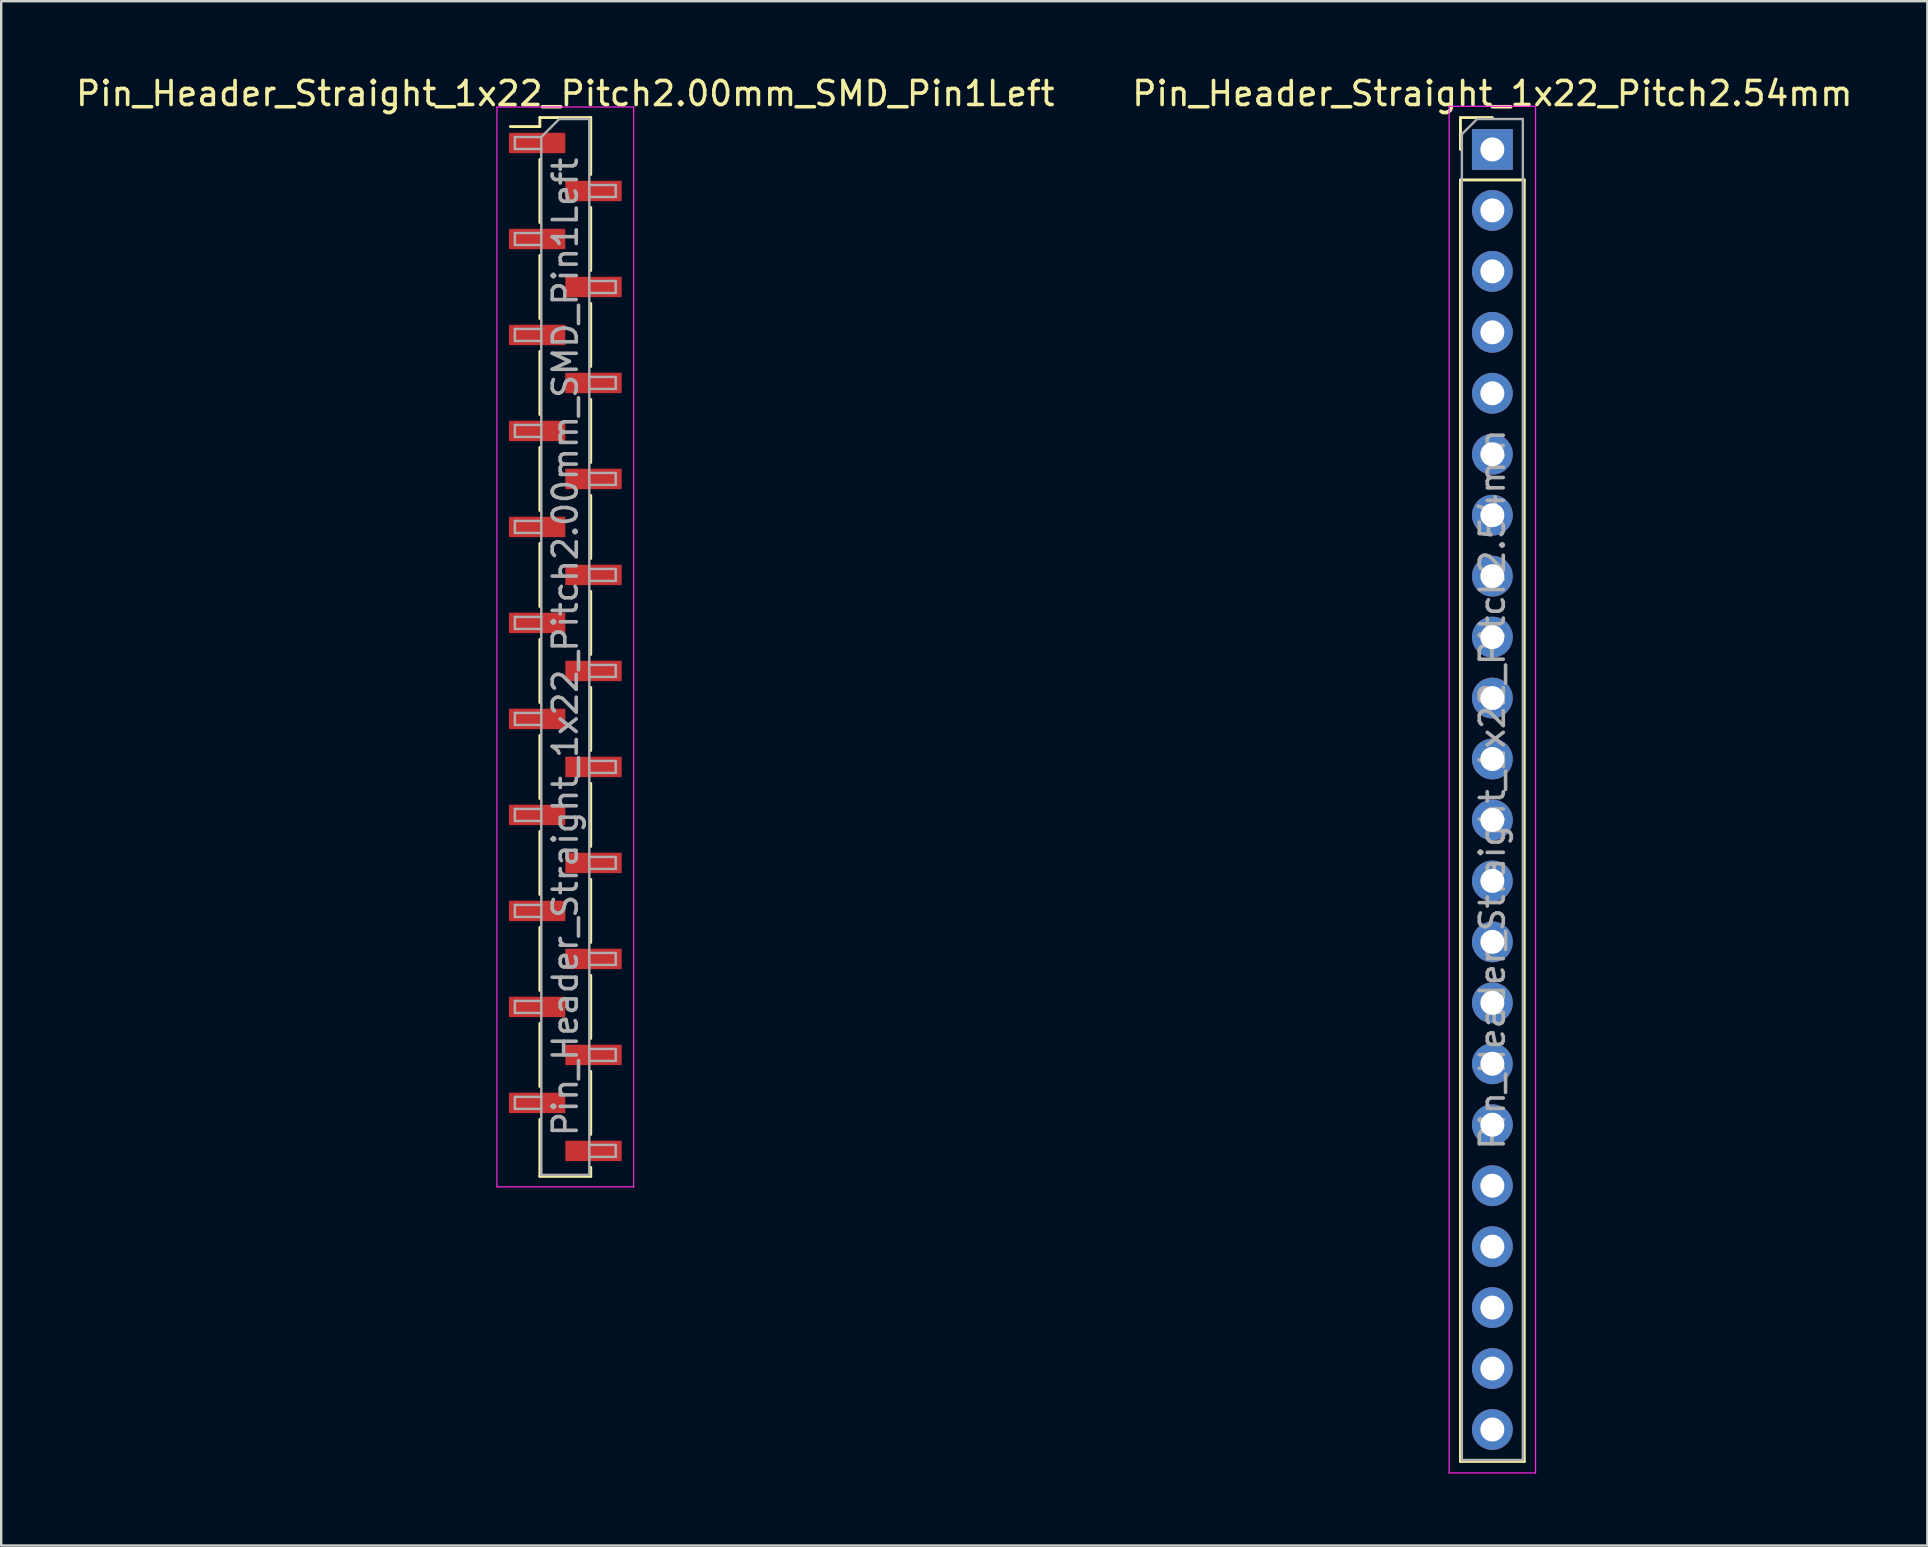
<source format=kicad_pcb>
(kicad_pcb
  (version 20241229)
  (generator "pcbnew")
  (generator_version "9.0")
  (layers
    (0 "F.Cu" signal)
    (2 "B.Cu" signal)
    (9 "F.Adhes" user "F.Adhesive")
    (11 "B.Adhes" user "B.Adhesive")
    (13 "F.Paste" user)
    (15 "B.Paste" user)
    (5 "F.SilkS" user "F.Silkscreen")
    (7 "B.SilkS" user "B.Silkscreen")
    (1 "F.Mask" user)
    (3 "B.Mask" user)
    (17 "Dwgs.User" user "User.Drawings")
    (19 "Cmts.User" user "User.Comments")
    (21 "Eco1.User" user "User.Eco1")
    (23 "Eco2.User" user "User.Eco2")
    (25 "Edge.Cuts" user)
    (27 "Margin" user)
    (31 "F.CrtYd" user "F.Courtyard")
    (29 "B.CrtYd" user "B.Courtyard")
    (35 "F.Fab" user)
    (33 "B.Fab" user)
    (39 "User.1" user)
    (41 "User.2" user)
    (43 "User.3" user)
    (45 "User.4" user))
  (footprint "Pin_Header_Straight_1x22_Pitch2.00mm_SMD_Pin1Left"
    (layer "F.Cu")
    (at 20.506 23.908)
    (property "Reference" "Pin_Header_Straight_1x22_Pitch2.00mm_SMD_Pin1Left" (at 0 -23.06 0) (layer "F.SilkS") (effects (font (size 1 1) (thickness 0.15))))
    (attr smd)
    (fp_line (start -1.06 -22.06) (end -1.06 -21.685) (stroke (width 0.12) (type solid)) (layer "F.SilkS"))
    (fp_line (start -1.06 -22.06) (end 1.06 -22.06) (stroke (width 0.12) (type solid)) (layer "F.SilkS"))
    (fp_line (start -1.06 -21.685) (end -2.29 -21.685) (stroke (width 0.12) (type solid)) (layer "F.SilkS"))
    (fp_line (start -1.06 -20.315) (end -1.06 -17.685) (stroke (width 0.12) (type solid)) (layer "F.SilkS"))
    (fp_line (start -1.06 -16.315) (end -1.06 -13.685) (stroke (width 0.12) (type solid)) (layer "F.SilkS"))
    (fp_line (start -1.06 -12.315) (end -1.06 -9.685) (stroke (width 0.12) (type solid)) (layer "F.SilkS"))
    (fp_line (start -1.06 -8.315) (end -1.06 -5.685) (stroke (width 0.12) (type solid)) (layer "F.SilkS"))
    (fp_line (start -1.06 -4.315) (end -1.06 -1.685) (stroke (width 0.12) (type solid)) (layer "F.SilkS"))
    (fp_line (start -1.06 -0.315) (end -1.06 2.315) (stroke (width 0.12) (type solid)) (layer "F.SilkS"))
    (fp_line (start -1.06 3.685) (end -1.06 6.315) (stroke (width 0.12) (type solid)) (layer "F.SilkS"))
    (fp_line (start -1.06 7.685) (end -1.06 10.315) (stroke (width 0.12) (type solid)) (layer "F.SilkS"))
    (fp_line (start -1.06 11.685) (end -1.06 14.315) (stroke (width 0.12) (type solid)) (layer "F.SilkS"))
    (fp_line (start -1.06 15.685) (end -1.06 18.315) (stroke (width 0.12) (type solid)) (layer "F.SilkS"))
    (fp_line (start -1.06 19.685) (end -1.06 22.06) (stroke (width 0.12) (type solid)) (layer "F.SilkS"))
    (fp_line (start -1.06 22.06) (end 1.06 22.06) (stroke (width 0.12) (type solid)) (layer "F.SilkS"))
    (fp_line (start 1.06 -22.06) (end 1.06 -19.685) (stroke (width 0.12) (type solid)) (layer "F.SilkS"))
    (fp_line (start 1.06 -18.315) (end 1.06 -15.685) (stroke (width 0.12) (type solid)) (layer "F.SilkS"))
    (fp_line (start 1.06 -14.315) (end 1.06 -11.685) (stroke (width 0.12) (type solid)) (layer "F.SilkS"))
    (fp_line (start 1.06 -10.315) (end 1.06 -7.685) (stroke (width 0.12) (type solid)) (layer "F.SilkS"))
    (fp_line (start 1.06 -6.315) (end 1.06 -3.685) (stroke (width 0.12) (type solid)) (layer "F.SilkS"))
    (fp_line (start 1.06 -2.315) (end 1.06 0.315) (stroke (width 0.12) (type solid)) (layer "F.SilkS"))
    (fp_line (start 1.06 1.685) (end 1.06 4.315) (stroke (width 0.12) (type solid)) (layer "F.SilkS"))
    (fp_line (start 1.06 5.685) (end 1.06 8.315) (stroke (width 0.12) (type solid)) (layer "F.SilkS"))
    (fp_line (start 1.06 9.685) (end 1.06 12.315) (stroke (width 0.12) (type solid)) (layer "F.SilkS"))
    (fp_line (start 1.06 13.685) (end 1.06 16.315) (stroke (width 0.12) (type solid)) (layer "F.SilkS"))
    (fp_line (start 1.06 17.685) (end 1.06 20.315) (stroke (width 0.12) (type solid)) (layer "F.SilkS"))
    (fp_line (start 1.06 21.685) (end 1.06 22.06) (stroke (width 0.12) (type solid)) (layer "F.SilkS"))
    (fp_line (start -2.85 -22.5) (end -2.85 22.5) (stroke (width 0.05) (type solid)) (layer "F.CrtYd"))
    (fp_line (start -2.85 22.5) (end 2.85 22.5) (stroke (width 0.05) (type solid)) (layer "F.CrtYd"))
    (fp_line (start 2.85 -22.5) (end -2.85 -22.5) (stroke (width 0.05) (type solid)) (layer "F.CrtYd"))
    (fp_line (start 2.85 22.5) (end 2.85 -22.5) (stroke (width 0.05) (type solid)) (layer "F.CrtYd"))
    (fp_line (start -2.1 -21.25) (end -2.1 -20.75) (stroke (width 0.1) (type solid)) (layer "F.Fab"))
    (fp_line (start -2.1 -20.75) (end -1 -20.75) (stroke (width 0.1) (type solid)) (layer "F.Fab"))
    (fp_line (start -2.1 -17.25) (end -2.1 -16.75) (stroke (width 0.1) (type solid)) (layer "F.Fab"))
    (fp_line (start -2.1 -16.75) (end -1 -16.75) (stroke (width 0.1) (type solid)) (layer "F.Fab"))
    (fp_line (start -2.1 -13.25) (end -2.1 -12.75) (stroke (width 0.1) (type solid)) (layer "F.Fab"))
    (fp_line (start -2.1 -12.75) (end -1 -12.75) (stroke (width 0.1) (type solid)) (layer "F.Fab"))
    (fp_line (start -2.1 -9.25) (end -2.1 -8.75) (stroke (width 0.1) (type solid)) (layer "F.Fab"))
    (fp_line (start -2.1 -8.75) (end -1 -8.75) (stroke (width 0.1) (type solid)) (layer "F.Fab"))
    (fp_line (start -2.1 -5.25) (end -2.1 -4.75) (stroke (width 0.1) (type solid)) (layer "F.Fab"))
    (fp_line (start -2.1 -4.75) (end -1 -4.75) (stroke (width 0.1) (type solid)) (layer "F.Fab"))
    (fp_line (start -2.1 -1.25) (end -2.1 -0.75) (stroke (width 0.1) (type solid)) (layer "F.Fab"))
    (fp_line (start -2.1 -0.75) (end -1 -0.75) (stroke (width 0.1) (type solid)) (layer "F.Fab"))
    (fp_line (start -2.1 2.75) (end -2.1 3.25) (stroke (width 0.1) (type solid)) (layer "F.Fab"))
    (fp_line (start -2.1 3.25) (end -1 3.25) (stroke (width 0.1) (type solid)) (layer "F.Fab"))
    (fp_line (start -2.1 6.75) (end -2.1 7.25) (stroke (width 0.1) (type solid)) (layer "F.Fab"))
    (fp_line (start -2.1 7.25) (end -1 7.25) (stroke (width 0.1) (type solid)) (layer "F.Fab"))
    (fp_line (start -2.1 10.75) (end -2.1 11.25) (stroke (width 0.1) (type solid)) (layer "F.Fab"))
    (fp_line (start -2.1 11.25) (end -1 11.25) (stroke (width 0.1) (type solid)) (layer "F.Fab"))
    (fp_line (start -2.1 14.75) (end -2.1 15.25) (stroke (width 0.1) (type solid)) (layer "F.Fab"))
    (fp_line (start -2.1 15.25) (end -1 15.25) (stroke (width 0.1) (type solid)) (layer "F.Fab"))
    (fp_line (start -2.1 18.75) (end -2.1 19.25) (stroke (width 0.1) (type solid)) (layer "F.Fab"))
    (fp_line (start -2.1 19.25) (end -1 19.25) (stroke (width 0.1) (type solid)) (layer "F.Fab"))
    (fp_line (start -1 -21.25) (end -2.1 -21.25) (stroke (width 0.1) (type solid)) (layer "F.Fab"))
    (fp_line (start -1 -21.25) (end -0.25 -22) (stroke (width 0.1) (type solid)) (layer "F.Fab"))
    (fp_line (start -1 -17.25) (end -2.1 -17.25) (stroke (width 0.1) (type solid)) (layer "F.Fab"))
    (fp_line (start -1 -13.25) (end -2.1 -13.25) (stroke (width 0.1) (type solid)) (layer "F.Fab"))
    (fp_line (start -1 -9.25) (end -2.1 -9.25) (stroke (width 0.1) (type solid)) (layer "F.Fab"))
    (fp_line (start -1 -5.25) (end -2.1 -5.25) (stroke (width 0.1) (type solid)) (layer "F.Fab"))
    (fp_line (start -1 -1.25) (end -2.1 -1.25) (stroke (width 0.1) (type solid)) (layer "F.Fab"))
    (fp_line (start -1 2.75) (end -2.1 2.75) (stroke (width 0.1) (type solid)) (layer "F.Fab"))
    (fp_line (start -1 6.75) (end -2.1 6.75) (stroke (width 0.1) (type solid)) (layer "F.Fab"))
    (fp_line (start -1 10.75) (end -2.1 10.75) (stroke (width 0.1) (type solid)) (layer "F.Fab"))
    (fp_line (start -1 14.75) (end -2.1 14.75) (stroke (width 0.1) (type solid)) (layer "F.Fab"))
    (fp_line (start -1 18.75) (end -2.1 18.75) (stroke (width 0.1) (type solid)) (layer "F.Fab"))
    (fp_line (start -1 22) (end -1 -21.25) (stroke (width 0.1) (type solid)) (layer "F.Fab"))
    (fp_line (start -0.25 -22) (end 1 -22) (stroke (width 0.1) (type solid)) (layer "F.Fab"))
    (fp_line (start 1 -22) (end 1 22) (stroke (width 0.1) (type solid)) (layer "F.Fab"))
    (fp_line (start 1 -19.25) (end 2.1 -19.25) (stroke (width 0.1) (type solid)) (layer "F.Fab"))
    (fp_line (start 1 -15.25) (end 2.1 -15.25) (stroke (width 0.1) (type solid)) (layer "F.Fab"))
    (fp_line (start 1 -11.25) (end 2.1 -11.25) (stroke (width 0.1) (type solid)) (layer "F.Fab"))
    (fp_line (start 1 -7.25) (end 2.1 -7.25) (stroke (width 0.1) (type solid)) (layer "F.Fab"))
    (fp_line (start 1 -3.25) (end 2.1 -3.25) (stroke (width 0.1) (type solid)) (layer "F.Fab"))
    (fp_line (start 1 0.75) (end 2.1 0.75) (stroke (width 0.1) (type solid)) (layer "F.Fab"))
    (fp_line (start 1 4.75) (end 2.1 4.75) (stroke (width 0.1) (type solid)) (layer "F.Fab"))
    (fp_line (start 1 8.75) (end 2.1 8.75) (stroke (width 0.1) (type solid)) (layer "F.Fab"))
    (fp_line (start 1 12.75) (end 2.1 12.75) (stroke (width 0.1) (type solid)) (layer "F.Fab"))
    (fp_line (start 1 16.75) (end 2.1 16.75) (stroke (width 0.1) (type solid)) (layer "F.Fab"))
    (fp_line (start 1 20.75) (end 2.1 20.75) (stroke (width 0.1) (type solid)) (layer "F.Fab"))
    (fp_line (start 1 22) (end -1 22) (stroke (width 0.1) (type solid)) (layer "F.Fab"))
    (fp_line (start 2.1 -19.25) (end 2.1 -18.75) (stroke (width 0.1) (type solid)) (layer "F.Fab"))
    (fp_line (start 2.1 -18.75) (end 1 -18.75) (stroke (width 0.1) (type solid)) (layer "F.Fab"))
    (fp_line (start 2.1 -15.25) (end 2.1 -14.75) (stroke (width 0.1) (type solid)) (layer "F.Fab"))
    (fp_line (start 2.1 -14.75) (end 1 -14.75) (stroke (width 0.1) (type solid)) (layer "F.Fab"))
    (fp_line (start 2.1 -11.25) (end 2.1 -10.75) (stroke (width 0.1) (type solid)) (layer "F.Fab"))
    (fp_line (start 2.1 -10.75) (end 1 -10.75) (stroke (width 0.1) (type solid)) (layer "F.Fab"))
    (fp_line (start 2.1 -7.25) (end 2.1 -6.75) (stroke (width 0.1) (type solid)) (layer "F.Fab"))
    (fp_line (start 2.1 -6.75) (end 1 -6.75) (stroke (width 0.1) (type solid)) (layer "F.Fab"))
    (fp_line (start 2.1 -3.25) (end 2.1 -2.75) (stroke (width 0.1) (type solid)) (layer "F.Fab"))
    (fp_line (start 2.1 -2.75) (end 1 -2.75) (stroke (width 0.1) (type solid)) (layer "F.Fab"))
    (fp_line (start 2.1 0.75) (end 2.1 1.25) (stroke (width 0.1) (type solid)) (layer "F.Fab"))
    (fp_line (start 2.1 1.25) (end 1 1.25) (stroke (width 0.1) (type solid)) (layer "F.Fab"))
    (fp_line (start 2.1 4.75) (end 2.1 5.25) (stroke (width 0.1) (type solid)) (layer "F.Fab"))
    (fp_line (start 2.1 5.25) (end 1 5.25) (stroke (width 0.1) (type solid)) (layer "F.Fab"))
    (fp_line (start 2.1 8.75) (end 2.1 9.25) (stroke (width 0.1) (type solid)) (layer "F.Fab"))
    (fp_line (start 2.1 9.25) (end 1 9.25) (stroke (width 0.1) (type solid)) (layer "F.Fab"))
    (fp_line (start 2.1 12.75) (end 2.1 13.25) (stroke (width 0.1) (type solid)) (layer "F.Fab"))
    (fp_line (start 2.1 13.25) (end 1 13.25) (stroke (width 0.1) (type solid)) (layer "F.Fab"))
    (fp_line (start 2.1 16.75) (end 2.1 17.25) (stroke (width 0.1) (type solid)) (layer "F.Fab"))
    (fp_line (start 2.1 17.25) (end 1 17.25) (stroke (width 0.1) (type solid)) (layer "F.Fab"))
    (fp_line (start 2.1 20.75) (end 2.1 21.25) (stroke (width 0.1) (type solid)) (layer "F.Fab"))
    (fp_line (start 2.1 21.25) (end 1 21.25) (stroke (width 0.1) (type solid)) (layer "F.Fab"))
    (fp_text user "${REFERENCE}" (at 0 0 90) (layer "F.Fab") (effects (font (size 1 1) (thickness 0.15))))
    (pad "1" smd rect (at -1.175 -21) (size 2.35 0.85) (layers "F.Cu" "F.Mask" "F.Paste"))
    (pad "2" smd rect (at 1.175 -19) (size 2.35 0.85) (layers "F.Cu" "F.Mask" "F.Paste"))
    (pad "3" smd rect (at -1.175 -17) (size 2.35 0.85) (layers "F.Cu" "F.Mask" "F.Paste"))
    (pad "4" smd rect (at 1.175 -15) (size 2.35 0.85) (layers "F.Cu" "F.Mask" "F.Paste"))
    (pad "5" smd rect (at -1.175 -13) (size 2.35 0.85) (layers "F.Cu" "F.Mask" "F.Paste"))
    (pad "6" smd rect (at 1.175 -11) (size 2.35 0.85) (layers "F.Cu" "F.Mask" "F.Paste"))
    (pad "7" smd rect (at -1.175 -9) (size 2.35 0.85) (layers "F.Cu" "F.Mask" "F.Paste"))
    (pad "8" smd rect (at 1.175 -7) (size 2.35 0.85) (layers "F.Cu" "F.Mask" "F.Paste"))
    (pad "9" smd rect (at -1.175 -5) (size 2.35 0.85) (layers "F.Cu" "F.Mask" "F.Paste"))
    (pad "10" smd rect (at 1.175 -3) (size 2.35 0.85) (layers "F.Cu" "F.Mask" "F.Paste"))
    (pad "11" smd rect (at -1.175 -1) (size 2.35 0.85) (layers "F.Cu" "F.Mask" "F.Paste"))
    (pad "12" smd rect (at 1.175 1) (size 2.35 0.85) (layers "F.Cu" "F.Mask" "F.Paste"))
    (pad "13" smd rect (at -1.175 3) (size 2.35 0.85) (layers "F.Cu" "F.Mask" "F.Paste"))
    (pad "14" smd rect (at 1.175 5) (size 2.35 0.85) (layers "F.Cu" "F.Mask" "F.Paste"))
    (pad "15" smd rect (at -1.175 7) (size 2.35 0.85) (layers "F.Cu" "F.Mask" "F.Paste"))
    (pad "16" smd rect (at 1.175 9) (size 2.35 0.85) (layers "F.Cu" "F.Mask" "F.Paste"))
    (pad "17" smd rect (at -1.175 11) (size 2.35 0.85) (layers "F.Cu" "F.Mask" "F.Paste"))
    (pad "18" smd rect (at 1.175 13) (size 2.35 0.85) (layers "F.Cu" "F.Mask" "F.Paste"))
    (pad "19" smd rect (at -1.175 15) (size 2.35 0.85) (layers "F.Cu" "F.Mask" "F.Paste"))
    (pad "20" smd rect (at 1.175 17) (size 2.35 0.85) (layers "F.Cu" "F.Mask" "F.Paste"))
    (pad "21" smd rect (at -1.175 19) (size 2.35 0.85) (layers "F.Cu" "F.Mask" "F.Paste"))
    (pad "22" smd rect (at 1.175 21) (size 2.35 0.85) (layers "F.Cu" "F.Mask" "F.Paste")))
  (footprint "Pin_Header_Straight_1x22_Pitch2.54mm"
    (layer "F.Cu")
    (at 59.137 3.178)
    (property "Reference" "Pin_Header_Straight_1x22_Pitch2.54mm" (at 0 -2.33 0) (layer "F.SilkS") (effects (font (size 1 1) (thickness 0.15))))
    (attr through_hole)
    (fp_line (start -1.33 -1.33) (end 0 -1.33) (stroke (width 0.12) (type solid)) (layer "F.SilkS"))
    (fp_line (start -1.33 0) (end -1.33 -1.33) (stroke (width 0.12) (type solid)) (layer "F.SilkS"))
    (fp_line (start -1.33 1.27) (end -1.33 54.67) (stroke (width 0.12) (type solid)) (layer "F.SilkS"))
    (fp_line (start -1.33 1.27) (end 1.33 1.27) (stroke (width 0.12) (type solid)) (layer "F.SilkS"))
    (fp_line (start -1.33 54.67) (end 1.33 54.67) (stroke (width 0.12) (type solid)) (layer "F.SilkS"))
    (fp_line (start 1.33 1.27) (end 1.33 54.67) (stroke (width 0.12) (type solid)) (layer "F.SilkS"))
    (fp_line (start -1.8 -1.8) (end -1.8 55.15) (stroke (width 0.05) (type solid)) (layer "F.CrtYd"))
    (fp_line (start -1.8 55.15) (end 1.8 55.15) (stroke (width 0.05) (type solid)) (layer "F.CrtYd"))
    (fp_line (start 1.8 -1.8) (end -1.8 -1.8) (stroke (width 0.05) (type solid)) (layer "F.CrtYd"))
    (fp_line (start 1.8 55.15) (end 1.8 -1.8) (stroke (width 0.05) (type solid)) (layer "F.CrtYd"))
    (fp_line (start -1.27 -0.635) (end -0.635 -1.27) (stroke (width 0.1) (type solid)) (layer "F.Fab"))
    (fp_line (start -1.27 54.61) (end -1.27 -0.635) (stroke (width 0.1) (type solid)) (layer "F.Fab"))
    (fp_line (start -0.635 -1.27) (end 1.27 -1.27) (stroke (width 0.1) (type solid)) (layer "F.Fab"))
    (fp_line (start 1.27 -1.27) (end 1.27 54.61) (stroke (width 0.1) (type solid)) (layer "F.Fab"))
    (fp_line (start 1.27 54.61) (end -1.27 54.61) (stroke (width 0.1) (type solid)) (layer "F.Fab"))
    (fp_text user "${REFERENCE}" (at 0 26.67 90) (layer "F.Fab") (effects (font (size 1 1) (thickness 0.15))))
    (pad "1" thru_hole rect (at 0 0) (size 1.7 1.7) (drill 1) (layers "*.Cu" "*.Mask"))
    (pad "2" thru_hole oval (at 0 2.54) (size 1.7 1.7) (drill 1) (layers "*.Cu" "*.Mask"))
    (pad "3" thru_hole oval (at 0 5.08) (size 1.7 1.7) (drill 1) (layers "*.Cu" "*.Mask"))
    (pad "4" thru_hole oval (at 0 7.62) (size 1.7 1.7) (drill 1) (layers "*.Cu" "*.Mask"))
    (pad "5" thru_hole oval (at 0 10.16) (size 1.7 1.7) (drill 1) (layers "*.Cu" "*.Mask"))
    (pad "6" thru_hole oval (at 0 12.7) (size 1.7 1.7) (drill 1) (layers "*.Cu" "*.Mask"))
    (pad "7" thru_hole oval (at 0 15.24) (size 1.7 1.7) (drill 1) (layers "*.Cu" "*.Mask"))
    (pad "8" thru_hole oval (at 0 17.78) (size 1.7 1.7) (drill 1) (layers "*.Cu" "*.Mask"))
    (pad "9" thru_hole oval (at 0 20.32) (size 1.7 1.7) (drill 1) (layers "*.Cu" "*.Mask"))
    (pad "10" thru_hole oval (at 0 22.86) (size 1.7 1.7) (drill 1) (layers "*.Cu" "*.Mask"))
    (pad "11" thru_hole oval (at 0 25.4) (size 1.7 1.7) (drill 1) (layers "*.Cu" "*.Mask"))
    (pad "12" thru_hole oval (at 0 27.94) (size 1.7 1.7) (drill 1) (layers "*.Cu" "*.Mask"))
    (pad "13" thru_hole oval (at 0 30.48) (size 1.7 1.7) (drill 1) (layers "*.Cu" "*.Mask"))
    (pad "14" thru_hole oval (at 0 33.02) (size 1.7 1.7) (drill 1) (layers "*.Cu" "*.Mask"))
    (pad "15" thru_hole oval (at 0 35.56) (size 1.7 1.7) (drill 1) (layers "*.Cu" "*.Mask"))
    (pad "16" thru_hole oval (at 0 38.1) (size 1.7 1.7) (drill 1) (layers "*.Cu" "*.Mask"))
    (pad "17" thru_hole oval (at 0 40.64) (size 1.7 1.7) (drill 1) (layers "*.Cu" "*.Mask"))
    (pad "18" thru_hole oval (at 0 43.18) (size 1.7 1.7) (drill 1) (layers "*.Cu" "*.Mask"))
    (pad "19" thru_hole oval (at 0 45.72) (size 1.7 1.7) (drill 1) (layers "*.Cu" "*.Mask"))
    (pad "20" thru_hole oval (at 0 48.26) (size 1.7 1.7) (drill 1) (layers "*.Cu" "*.Mask"))
    (pad "21" thru_hole oval (at 0 50.8) (size 1.7 1.7) (drill 1) (layers "*.Cu" "*.Mask"))
    (pad "22" thru_hole oval (at 0 53.34) (size 1.7 1.7) (drill 1) (layers "*.Cu" "*.Mask")))
  (gr_rect
    (start -3 -3)
    (end 77.262 61.353)
    (stroke (width 0.1) (type default))
    (fill no)
    (layer "Edge.Cuts")))
</source>
